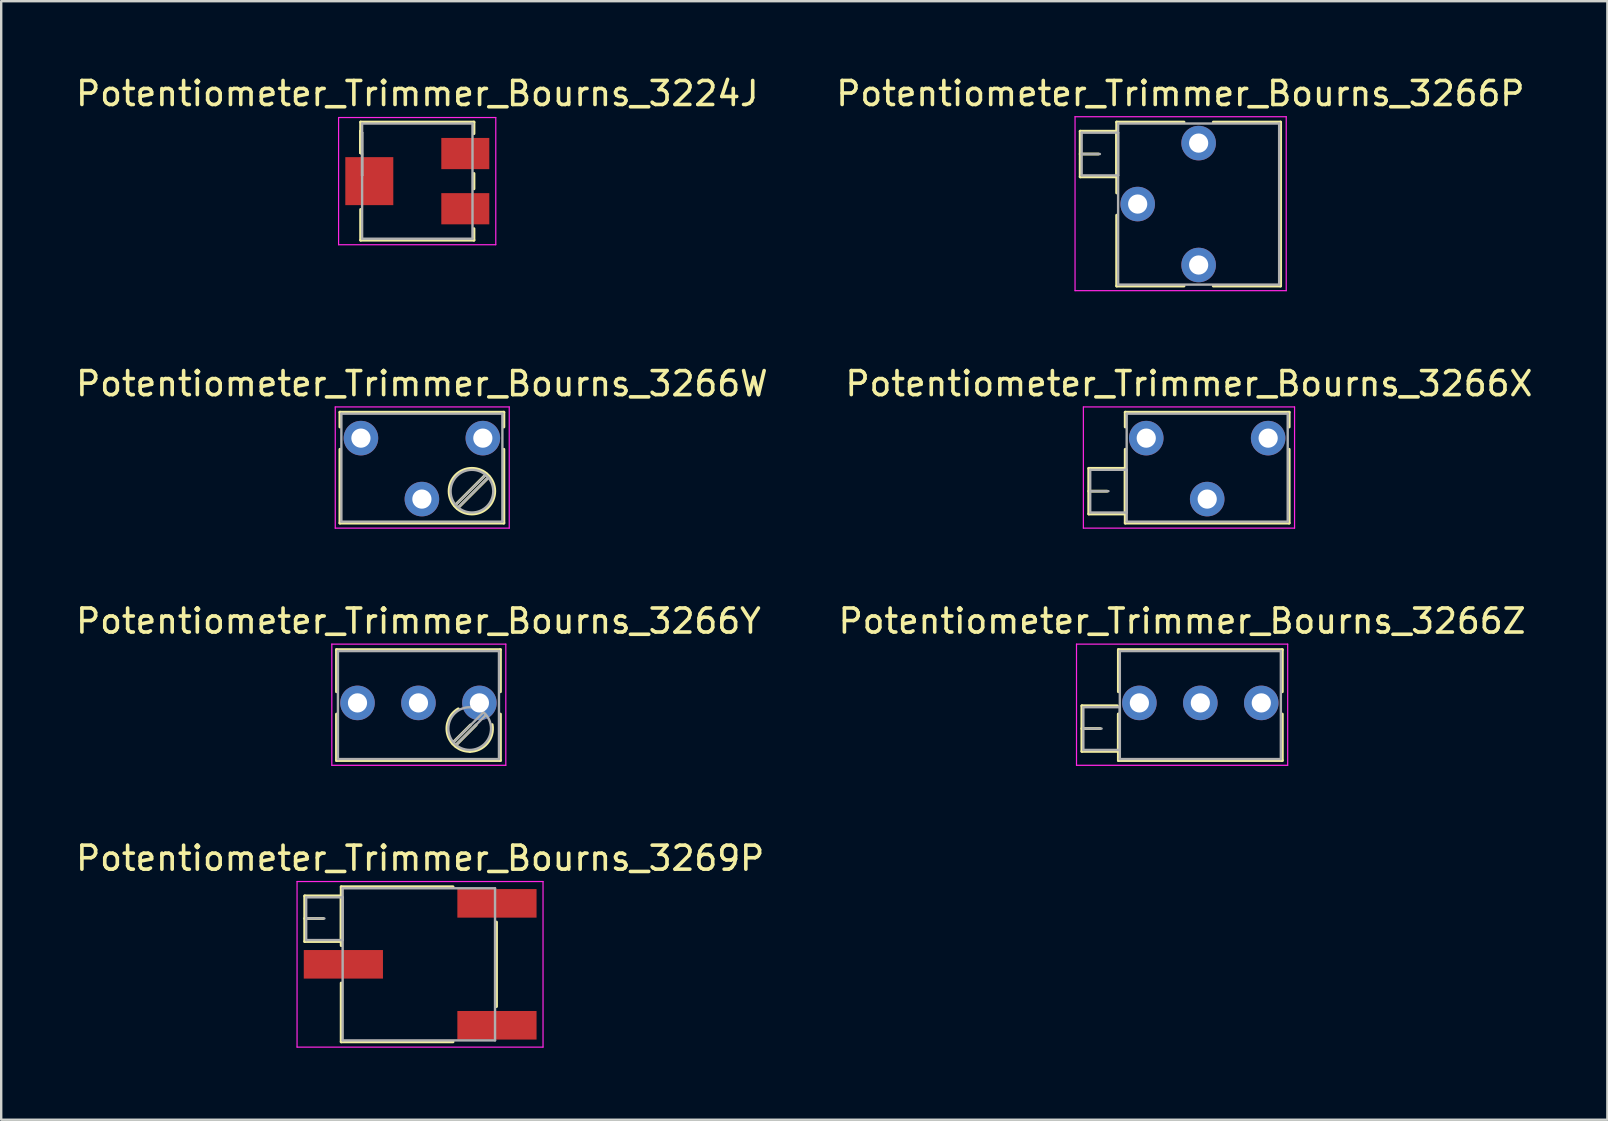
<source format=kicad_pcb>
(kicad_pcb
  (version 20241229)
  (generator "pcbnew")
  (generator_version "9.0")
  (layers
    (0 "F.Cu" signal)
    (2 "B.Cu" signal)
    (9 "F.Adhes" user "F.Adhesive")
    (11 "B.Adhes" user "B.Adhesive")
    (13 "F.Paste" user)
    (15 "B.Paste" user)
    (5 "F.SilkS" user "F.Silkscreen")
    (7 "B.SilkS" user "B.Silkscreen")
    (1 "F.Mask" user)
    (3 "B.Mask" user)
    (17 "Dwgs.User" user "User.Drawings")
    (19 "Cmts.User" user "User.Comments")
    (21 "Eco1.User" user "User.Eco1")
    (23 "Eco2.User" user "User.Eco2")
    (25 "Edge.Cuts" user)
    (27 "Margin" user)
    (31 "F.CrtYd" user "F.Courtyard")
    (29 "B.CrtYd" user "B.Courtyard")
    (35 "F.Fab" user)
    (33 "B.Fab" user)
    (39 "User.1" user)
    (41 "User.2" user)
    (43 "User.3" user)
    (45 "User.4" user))
  (footprint "Potentiometer_Trimmer_Bourns_3224J"
    (layer "F.Cu")
    (at 14.339 4.498)
    (property "Reference" "Potentiometer_Trimmer_Bourns_3224J" (at 0 -3.65 0) (layer "F.SilkS") (effects (font (size 1 1) (thickness 0.15))))
    (attr smd)
    (fp_line (start -2.36 -2.46) (end -2.36 -1.18) (stroke (width 0.12) (type solid)) (layer "F.SilkS"))
    (fp_line (start -2.36 -2.46) (end 2.36 -2.46) (stroke (width 0.12) (type solid)) (layer "F.SilkS"))
    (fp_line (start -2.36 -2.08) (end -2.36 -2.08) (stroke (width 0.12) (type solid)) (layer "F.SilkS"))
    (fp_line (start -2.36 -2.08) (end -2.36 -1.18) (stroke (width 0.12) (type solid)) (layer "F.SilkS"))
    (fp_line (start -2.36 -2.08) (end -2.36 -1.18) (stroke (width 0.12) (type solid)) (layer "F.SilkS"))
    (fp_line (start -2.36 1.18) (end -2.36 2.46) (stroke (width 0.12) (type solid)) (layer "F.SilkS"))
    (fp_line (start -2.36 2.46) (end 2.36 2.46) (stroke (width 0.12) (type solid)) (layer "F.SilkS"))
    (fp_line (start 2.36 -2.46) (end 2.36 -1.98) (stroke (width 0.12) (type solid)) (layer "F.SilkS"))
    (fp_line (start 2.36 -0.32) (end 2.36 0.32) (stroke (width 0.12) (type solid)) (layer "F.SilkS"))
    (fp_line (start 2.36 1.98) (end 2.36 2.46) (stroke (width 0.12) (type solid)) (layer "F.SilkS"))
    (fp_line (start -3.28 -2.65) (end -3.28 2.65) (stroke (width 0.05) (type solid)) (layer "F.CrtYd"))
    (fp_line (start -3.28 2.65) (end 3.27 2.65) (stroke (width 0.05) (type solid)) (layer "F.CrtYd"))
    (fp_line (start 3.27 -2.65) (end -3.28 -2.65) (stroke (width 0.05) (type solid)) (layer "F.CrtYd"))
    (fp_line (start 3.27 2.65) (end 3.27 -2.65) (stroke (width 0.05) (type solid)) (layer "F.CrtYd"))
    (fp_line (start -2.3 -2.4) (end -2.3 2.4) (stroke (width 0.1) (type solid)) (layer "F.Fab"))
    (fp_line (start -2.3 -2.02) (end -2.3 -2.02) (stroke (width 0.1) (type solid)) (layer "F.Fab"))
    (fp_line (start -2.3 -2.02) (end -2.3 -0.24) (stroke (width 0.1) (type solid)) (layer "F.Fab"))
    (fp_line (start -2.3 -1.13) (end -2.3 -1.13) (stroke (width 0.1) (type solid)) (layer "F.Fab"))
    (fp_line (start -2.3 -0.24) (end -2.3 -2.02) (stroke (width 0.1) (type solid)) (layer "F.Fab"))
    (fp_line (start -2.3 -0.24) (end -2.3 -0.24) (stroke (width 0.1) (type solid)) (layer "F.Fab"))
    (fp_line (start -2.3 2.4) (end 2.3 2.4) (stroke (width 0.1) (type solid)) (layer "F.Fab"))
    (fp_line (start 2.3 -2.4) (end -2.3 -2.4) (stroke (width 0.1) (type solid)) (layer "F.Fab"))
    (fp_line (start 2.3 2.4) (end 2.3 -2.4) (stroke (width 0.1) (type solid)) (layer "F.Fab"))
    (pad "1" smd rect (at 2 -1.15) (size 2 1.3) (layers "F.Cu" "F.Mask"))
    (pad "2" smd rect (at -2 0) (size 2 2) (layers "F.Cu" "F.Mask"))
    (pad "3" smd rect (at 2 1.15) (size 2 1.3) (layers "F.Cu" "F.Mask")))
  (footprint "Potentiometer_Trimmer_Bourns_3266W"
    (layer "F.Cu")
    (at 17.07 15.207)
    (property "Reference" "Potentiometer_Trimmer_Bourns_3266W" (at -2.54 -2.27 0) (layer "F.SilkS") (effects (font (size 1 1) (thickness 0.15))))
    (attr through_hole)
    (fp_line (start -5.955 -1.08) (end -5.955 -0.465) (stroke (width 0.12) (type solid)) (layer "F.SilkS"))
    (fp_line (start -5.955 -1.08) (end 0.875 -1.08) (stroke (width 0.12) (type solid)) (layer "F.SilkS"))
    (fp_line (start -5.955 0.465) (end -5.955 3.54) (stroke (width 0.12) (type solid)) (layer "F.SilkS"))
    (fp_line (start -5.955 3.54) (end 0.875 3.54) (stroke (width 0.12) (type solid)) (layer "F.SilkS"))
    (fp_line (start 0.15 1.49) (end -1.175 2.815) (stroke (width 0.12) (type solid)) (layer "F.SilkS"))
    (fp_line (start 0.266 1.606) (end -1.059 2.931) (stroke (width 0.12) (type solid)) (layer "F.SilkS"))
    (fp_line (start 0.875 -1.08) (end 0.875 -0.465) (stroke (width 0.12) (type solid)) (layer "F.SilkS"))
    (fp_line (start 0.875 0.465) (end 0.875 3.54) (stroke (width 0.12) (type solid)) (layer "F.SilkS"))
    (fp_circle (center -0.455 2.21) (end 0.495 2.21) (stroke (width 0.12) (type solid)) (fill no) (layer "F.SilkS"))
    (fp_line (start -6.15 -1.3) (end -6.15 3.75) (stroke (width 0.05) (type solid)) (layer "F.CrtYd"))
    (fp_line (start -6.15 3.75) (end 1.1 3.75) (stroke (width 0.05) (type solid)) (layer "F.CrtYd"))
    (fp_line (start 1.1 -1.3) (end -6.15 -1.3) (stroke (width 0.05) (type solid)) (layer "F.CrtYd"))
    (fp_line (start 1.1 3.75) (end 1.1 -1.3) (stroke (width 0.05) (type solid)) (layer "F.CrtYd"))
    (fp_line (start -5.895 -1.02) (end -5.895 3.48) (stroke (width 0.1) (type solid)) (layer "F.Fab"))
    (fp_line (start -5.895 3.48) (end 0.815 3.48) (stroke (width 0.1) (type solid)) (layer "F.Fab"))
    (fp_line (start 0.112 1.536) (end -1.13 2.777) (stroke (width 0.1) (type solid)) (layer "F.Fab"))
    (fp_line (start 0.22 1.644) (end -1.021 2.885) (stroke (width 0.1) (type solid)) (layer "F.Fab"))
    (fp_line (start 0.815 -1.02) (end -5.895 -1.02) (stroke (width 0.1) (type solid)) (layer "F.Fab"))
    (fp_line (start 0.815 3.48) (end 0.815 -1.02) (stroke (width 0.1) (type solid)) (layer "F.Fab"))
    (fp_circle (center -0.455 2.21) (end 0.435 2.21) (stroke (width 0.1) (type solid)) (fill no) (layer "F.Fab"))
    (pad "1" thru_hole circle (at 0 0) (size 1.44 1.44) (drill 0.8) (layers "*.Cu" "*.Mask"))
    (pad "2" thru_hole circle (at -2.54 2.54) (size 1.44 1.44) (drill 0.8) (layers "*.Cu" "*.Mask"))
    (pad "3" thru_hole circle (at -5.08 0) (size 1.44 1.44) (drill 0.8) (layers "*.Cu" "*.Mask")))
  (footprint "Potentiometer_Trimmer_Bourns_3266P"
    (layer "F.Cu")
    (at 46.897 2.913)
    (property "Reference" "Potentiometer_Trimmer_Bourns_3266P" (at -0.76 -2.065 0) (layer "F.SilkS") (effects (font (size 1 1) (thickness 0.15))))
    (attr through_hole)
    (fp_line (start -4.935 -0.495) (end -4.935 1.405) (stroke (width 0.12) (type solid)) (layer "F.SilkS"))
    (fp_line (start -4.935 -0.495) (end -3.416 -0.495) (stroke (width 0.12) (type solid)) (layer "F.SilkS"))
    (fp_line (start -4.935 0.455) (end -4.175 0.455) (stroke (width 0.12) (type solid)) (layer "F.SilkS"))
    (fp_line (start -4.935 1.405) (end -3.416 1.405) (stroke (width 0.12) (type solid)) (layer "F.SilkS"))
    (fp_line (start -3.416 -0.495) (end -3.416 1.405) (stroke (width 0.12) (type solid)) (layer "F.SilkS"))
    (fp_line (start -3.415 -0.875) (end -3.415 2.075) (stroke (width 0.12) (type solid)) (layer "F.SilkS"))
    (fp_line (start -3.415 -0.875) (end -0.61 -0.875) (stroke (width 0.12) (type solid)) (layer "F.SilkS"))
    (fp_line (start -3.415 3.005) (end -3.415 5.955) (stroke (width 0.12) (type solid)) (layer "F.SilkS"))
    (fp_line (start -3.415 5.955) (end -0.61 5.955) (stroke (width 0.12) (type solid)) (layer "F.SilkS"))
    (fp_line (start 0.611 -0.875) (end 3.415 -0.875) (stroke (width 0.12) (type solid)) (layer "F.SilkS"))
    (fp_line (start 0.611 5.955) (end 3.415 5.955) (stroke (width 0.12) (type solid)) (layer "F.SilkS"))
    (fp_line (start 3.415 -0.875) (end 3.415 5.955) (stroke (width 0.12) (type solid)) (layer "F.SilkS"))
    (fp_line (start -5.15 -1.1) (end -5.15 6.15) (stroke (width 0.05) (type solid)) (layer "F.CrtYd"))
    (fp_line (start -5.15 6.15) (end 3.65 6.15) (stroke (width 0.05) (type solid)) (layer "F.CrtYd"))
    (fp_line (start 3.65 -1.1) (end -5.15 -1.1) (stroke (width 0.05) (type solid)) (layer "F.CrtYd"))
    (fp_line (start 3.65 6.15) (end 3.65 -1.1) (stroke (width 0.05) (type solid)) (layer "F.CrtYd"))
    (fp_line (start -4.875 -0.435) (end -4.875 1.345) (stroke (width 0.1) (type solid)) (layer "F.Fab"))
    (fp_line (start -4.875 0.455) (end -4.115 0.455) (stroke (width 0.1) (type solid)) (layer "F.Fab"))
    (fp_line (start -4.875 1.345) (end -3.355 1.345) (stroke (width 0.1) (type solid)) (layer "F.Fab"))
    (fp_line (start -3.355 -0.815) (end -3.355 5.895) (stroke (width 0.1) (type solid)) (layer "F.Fab"))
    (fp_line (start -3.355 -0.435) (end -4.875 -0.435) (stroke (width 0.1) (type solid)) (layer "F.Fab"))
    (fp_line (start -3.355 1.345) (end -3.355 -0.435) (stroke (width 0.1) (type solid)) (layer "F.Fab"))
    (fp_line (start -3.355 5.895) (end 3.355 5.895) (stroke (width 0.1) (type solid)) (layer "F.Fab"))
    (fp_line (start 3.355 -0.815) (end -3.355 -0.815) (stroke (width 0.1) (type solid)) (layer "F.Fab"))
    (fp_line (start 3.355 5.895) (end 3.355 -0.815) (stroke (width 0.1) (type solid)) (layer "F.Fab"))
    (pad "1" thru_hole circle (at 0 0) (size 1.44 1.44) (drill 0.8) (layers "*.Cu" "*.Mask"))
    (pad "2" thru_hole circle (at -2.54 2.54) (size 1.44 1.44) (drill 0.8) (layers "*.Cu" "*.Mask"))
    (pad "3" thru_hole circle (at 0 5.08) (size 1.44 1.44) (drill 0.8) (layers "*.Cu" "*.Mask")))
  (footprint "Potentiometer_Trimmer_Bourns_3266X"
    (layer "F.Cu")
    (at 49.794 15.207)
    (property "Reference" "Potentiometer_Trimmer_Bourns_3266X" (at -3.3 -2.27 0) (layer "F.SilkS") (effects (font (size 1 1) (thickness 0.15))))
    (attr through_hole)
    (fp_line (start -7.475 1.26) (end -7.475 3.16) (stroke (width 0.12) (type solid)) (layer "F.SilkS"))
    (fp_line (start -7.475 1.26) (end -5.956 1.26) (stroke (width 0.12) (type solid)) (layer "F.SilkS"))
    (fp_line (start -7.475 2.21) (end -6.715 2.21) (stroke (width 0.12) (type solid)) (layer "F.SilkS"))
    (fp_line (start -7.475 3.16) (end -5.956 3.16) (stroke (width 0.12) (type solid)) (layer "F.SilkS"))
    (fp_line (start -5.956 1.26) (end -5.956 3.16) (stroke (width 0.12) (type solid)) (layer "F.SilkS"))
    (fp_line (start -5.955 -1.08) (end -5.955 -0.465) (stroke (width 0.12) (type solid)) (layer "F.SilkS"))
    (fp_line (start -5.955 -1.08) (end 0.875 -1.08) (stroke (width 0.12) (type solid)) (layer "F.SilkS"))
    (fp_line (start -5.955 0.465) (end -5.955 3.54) (stroke (width 0.12) (type solid)) (layer "F.SilkS"))
    (fp_line (start -5.955 3.54) (end 0.875 3.54) (stroke (width 0.12) (type solid)) (layer "F.SilkS"))
    (fp_line (start 0.875 -1.08) (end 0.875 -0.465) (stroke (width 0.12) (type solid)) (layer "F.SilkS"))
    (fp_line (start 0.875 0.465) (end 0.875 3.54) (stroke (width 0.12) (type solid)) (layer "F.SilkS"))
    (fp_line (start -7.7 -1.3) (end -7.7 3.75) (stroke (width 0.05) (type solid)) (layer "F.CrtYd"))
    (fp_line (start -7.7 3.75) (end 1.1 3.75) (stroke (width 0.05) (type solid)) (layer "F.CrtYd"))
    (fp_line (start 1.1 -1.3) (end -7.7 -1.3) (stroke (width 0.05) (type solid)) (layer "F.CrtYd"))
    (fp_line (start 1.1 3.75) (end 1.1 -1.3) (stroke (width 0.05) (type solid)) (layer "F.CrtYd"))
    (fp_line (start -7.415 1.32) (end -7.415 3.1) (stroke (width 0.1) (type solid)) (layer "F.Fab"))
    (fp_line (start -7.415 2.21) (end -6.655 2.21) (stroke (width 0.1) (type solid)) (layer "F.Fab"))
    (fp_line (start -7.415 3.1) (end -5.895 3.1) (stroke (width 0.1) (type solid)) (layer "F.Fab"))
    (fp_line (start -5.895 -1.02) (end -5.895 3.48) (stroke (width 0.1) (type solid)) (layer "F.Fab"))
    (fp_line (start -5.895 1.32) (end -7.415 1.32) (stroke (width 0.1) (type solid)) (layer "F.Fab"))
    (fp_line (start -5.895 3.1) (end -5.895 1.32) (stroke (width 0.1) (type solid)) (layer "F.Fab"))
    (fp_line (start -5.895 3.48) (end 0.815 3.48) (stroke (width 0.1) (type solid)) (layer "F.Fab"))
    (fp_line (start 0.815 -1.02) (end -5.895 -1.02) (stroke (width 0.1) (type solid)) (layer "F.Fab"))
    (fp_line (start 0.815 3.48) (end 0.815 -1.02) (stroke (width 0.1) (type solid)) (layer "F.Fab"))
    (pad "1" thru_hole circle (at 0 0) (size 1.44 1.44) (drill 0.8) (layers "*.Cu" "*.Mask"))
    (pad "2" thru_hole circle (at -2.54 2.54) (size 1.44 1.44) (drill 0.8) (layers "*.Cu" "*.Mask"))
    (pad "3" thru_hole circle (at -5.08 0) (size 1.44 1.44) (drill 0.8) (layers "*.Cu" "*.Mask")))
  (footprint "Potentiometer_Trimmer_Bourns_3266Y"
    (layer "F.Cu")
    (at 16.927 26.24)
    (property "Reference" "Potentiometer_Trimmer_Bourns_3266Y" (at -2.54 -3.41 0) (layer "F.SilkS") (effects (font (size 1 1) (thickness 0.15))))
    (attr through_hole)
    (fp_line (start -5.955 -2.22) (end -5.955 -0.465) (stroke (width 0.12) (type solid)) (layer "F.SilkS"))
    (fp_line (start -5.955 -2.22) (end 0.875 -2.22) (stroke (width 0.12) (type solid)) (layer "F.SilkS"))
    (fp_line (start -5.955 0.466) (end -5.955 2.4) (stroke (width 0.12) (type solid)) (layer "F.SilkS"))
    (fp_line (start -5.955 2.4) (end 0.875 2.4) (stroke (width 0.12) (type solid)) (layer "F.SilkS"))
    (fp_line (start -0.37 0.92) (end -1.125 1.675) (stroke (width 0.12) (type solid)) (layer "F.SilkS"))
    (fp_line (start -0.135 0.916) (end -1.009 1.791) (stroke (width 0.12) (type solid)) (layer "F.SilkS"))
    (fp_line (start 0.875 -2.22) (end 0.875 -0.465) (stroke (width 0.12) (type solid)) (layer "F.SilkS"))
    (fp_line (start 0.875 0.466) (end 0.875 2.4) (stroke (width 0.12) (type solid)) (layer "F.SilkS"))
    (fp_arc (start -0.388944 2.018737) (mid -1.319497 1.323089) (end -0.879 0.248) (stroke (width 0.12) (type solid)) (layer "F.SilkS"))
    (fp_arc (start 0.530567 0.905034) (mid 0.322742 1.680648) (end -0.405 2.02) (stroke (width 0.12) (type solid)) (layer "F.SilkS"))
    (fp_line (start -6.15 -2.45) (end -6.15 2.6) (stroke (width 0.05) (type solid)) (layer "F.CrtYd"))
    (fp_line (start -6.15 2.6) (end 1.1 2.6) (stroke (width 0.05) (type solid)) (layer "F.CrtYd"))
    (fp_line (start 1.1 -2.45) (end -6.15 -2.45) (stroke (width 0.05) (type solid)) (layer "F.CrtYd"))
    (fp_line (start 1.1 2.6) (end 1.1 -2.45) (stroke (width 0.05) (type solid)) (layer "F.CrtYd"))
    (fp_line (start -5.895 -2.16) (end -5.895 2.34) (stroke (width 0.1) (type solid)) (layer "F.Fab"))
    (fp_line (start -5.895 2.34) (end 0.815 2.34) (stroke (width 0.1) (type solid)) (layer "F.Fab"))
    (fp_line (start 0.162 0.396) (end -1.08 1.637) (stroke (width 0.1) (type solid)) (layer "F.Fab"))
    (fp_line (start 0.27 0.504) (end -0.971 1.745) (stroke (width 0.1) (type solid)) (layer "F.Fab"))
    (fp_line (start 0.815 -2.16) (end -5.895 -2.16) (stroke (width 0.1) (type solid)) (layer "F.Fab"))
    (fp_line (start 0.815 2.34) (end 0.815 -2.16) (stroke (width 0.1) (type solid)) (layer "F.Fab"))
    (fp_circle (center -0.405 1.07) (end 0.485 1.07) (stroke (width 0.1) (type solid)) (fill no) (layer "F.Fab"))
    (pad "1" thru_hole circle (at 0 0) (size 1.44 1.44) (drill 0.8) (layers "*.Cu" "*.Mask"))
    (pad "2" thru_hole circle (at -2.54 0) (size 1.44 1.44) (drill 0.8) (layers "*.Cu" "*.Mask"))
    (pad "3" thru_hole circle (at -5.08 0) (size 1.44 1.44) (drill 0.8) (layers "*.Cu" "*.Mask")))
  (footprint "Potentiometer_Trimmer_Bourns_3266Z"
    (layer "F.Cu")
    (at 49.508 26.24)
    (property "Reference" "Potentiometer_Trimmer_Bourns_3266Z" (at -3.3 -3.41 0) (layer "F.SilkS") (effects (font (size 1 1) (thickness 0.15))))
    (attr through_hole)
    (fp_line (start -7.475 0.12) (end -7.475 2.02) (stroke (width 0.12) (type solid)) (layer "F.SilkS"))
    (fp_line (start -7.475 0.12) (end -5.996 0.12) (stroke (width 0.12) (type solid)) (layer "F.SilkS"))
    (fp_line (start -7.475 1.07) (end -6.715 1.07) (stroke (width 0.12) (type solid)) (layer "F.SilkS"))
    (fp_line (start -7.475 2.02) (end -5.956 2.02) (stroke (width 0.12) (type solid)) (layer "F.SilkS"))
    (fp_line (start -5.956 0.466) (end -5.956 2.02) (stroke (width 0.12) (type solid)) (layer "F.SilkS"))
    (fp_line (start -5.955 -2.22) (end -5.955 -0.465) (stroke (width 0.12) (type solid)) (layer "F.SilkS"))
    (fp_line (start -5.955 -2.22) (end 0.875 -2.22) (stroke (width 0.12) (type solid)) (layer "F.SilkS"))
    (fp_line (start -5.955 0.466) (end -5.955 2.4) (stroke (width 0.12) (type solid)) (layer "F.SilkS"))
    (fp_line (start -5.955 2.4) (end 0.875 2.4) (stroke (width 0.12) (type solid)) (layer "F.SilkS"))
    (fp_line (start 0.875 -2.22) (end 0.875 -0.465) (stroke (width 0.12) (type solid)) (layer "F.SilkS"))
    (fp_line (start 0.875 0.466) (end 0.875 2.4) (stroke (width 0.12) (type solid)) (layer "F.SilkS"))
    (fp_line (start -7.7 -2.45) (end -7.7 2.6) (stroke (width 0.05) (type solid)) (layer "F.CrtYd"))
    (fp_line (start -7.7 2.6) (end 1.1 2.6) (stroke (width 0.05) (type solid)) (layer "F.CrtYd"))
    (fp_line (start 1.1 -2.45) (end -7.7 -2.45) (stroke (width 0.05) (type solid)) (layer "F.CrtYd"))
    (fp_line (start 1.1 2.6) (end 1.1 -2.45) (stroke (width 0.05) (type solid)) (layer "F.CrtYd"))
    (fp_line (start -7.415 0.18) (end -7.415 1.96) (stroke (width 0.1) (type solid)) (layer "F.Fab"))
    (fp_line (start -7.415 1.07) (end -6.655 1.07) (stroke (width 0.1) (type solid)) (layer "F.Fab"))
    (fp_line (start -7.415 1.96) (end -5.895 1.96) (stroke (width 0.1) (type solid)) (layer "F.Fab"))
    (fp_line (start -5.895 -2.16) (end -5.895 2.34) (stroke (width 0.1) (type solid)) (layer "F.Fab"))
    (fp_line (start -5.895 0.18) (end -7.415 0.18) (stroke (width 0.1) (type solid)) (layer "F.Fab"))
    (fp_line (start -5.895 1.96) (end -5.895 0.18) (stroke (width 0.1) (type solid)) (layer "F.Fab"))
    (fp_line (start -5.895 2.34) (end 0.815 2.34) (stroke (width 0.1) (type solid)) (layer "F.Fab"))
    (fp_line (start 0.815 -2.16) (end -5.895 -2.16) (stroke (width 0.1) (type solid)) (layer "F.Fab"))
    (fp_line (start 0.815 2.34) (end 0.815 -2.16) (stroke (width 0.1) (type solid)) (layer "F.Fab"))
    (pad "1" thru_hole circle (at 0 0) (size 1.44 1.44) (drill 0.8) (layers "*.Cu" "*.Mask"))
    (pad "2" thru_hole circle (at -2.54 0) (size 1.44 1.44) (drill 0.8) (layers "*.Cu" "*.Mask"))
    (pad "3" thru_hole circle (at -5.08 0) (size 1.44 1.44) (drill 0.8) (layers "*.Cu" "*.Mask")))
  (footprint "Potentiometer_Trimmer_Bourns_3269P"
    (layer "F.Cu")
    (at 14.458 37.133)
    (property "Reference" "Potentiometer_Trimmer_Bourns_3269P" (at 0 -4.42 0) (layer "F.SilkS") (effects (font (size 1 1) (thickness 0.15))))
    (attr smd)
    (fp_line (start -4.81 -2.85) (end -4.81 -0.95) (stroke (width 0.12) (type solid)) (layer "F.SilkS"))
    (fp_line (start -4.81 -2.85) (end -3.29 -2.85) (stroke (width 0.12) (type solid)) (layer "F.SilkS"))
    (fp_line (start -4.81 -1.91) (end -4.04 -1.91) (stroke (width 0.12) (type solid)) (layer "F.SilkS"))
    (fp_line (start -4.81 -0.95) (end -3.29 -0.95) (stroke (width 0.12) (type solid)) (layer "F.SilkS"))
    (fp_line (start -3.29 -3.23) (end -3.29 -0.78) (stroke (width 0.12) (type solid)) (layer "F.SilkS"))
    (fp_line (start -3.29 -3.23) (end 1.37 -3.23) (stroke (width 0.12) (type solid)) (layer "F.SilkS"))
    (fp_line (start -3.29 -2.85) (end -3.29 -0.95) (stroke (width 0.12) (type solid)) (layer "F.SilkS"))
    (fp_line (start -3.29 0.78) (end -3.29 3.23) (stroke (width 0.12) (type solid)) (layer "F.SilkS"))
    (fp_line (start -3.29 3.23) (end 1.37 3.23) (stroke (width 0.12) (type solid)) (layer "F.SilkS"))
    (fp_line (start 3.18 -1.76) (end 3.18 1.76) (stroke (width 0.12) (type solid)) (layer "F.SilkS"))
    (fp_line (start -5.13 -3.45) (end -5.13 3.45) (stroke (width 0.05) (type solid)) (layer "F.CrtYd"))
    (fp_line (start -5.13 3.45) (end 5.12 3.45) (stroke (width 0.05) (type solid)) (layer "F.CrtYd"))
    (fp_line (start 5.12 -3.45) (end -5.13 -3.45) (stroke (width 0.05) (type solid)) (layer "F.CrtYd"))
    (fp_line (start 5.12 3.45) (end 5.12 -3.45) (stroke (width 0.05) (type solid)) (layer "F.CrtYd"))
    (fp_line (start -4.75 -2.79) (end -4.75 -1.01) (stroke (width 0.1) (type solid)) (layer "F.Fab"))
    (fp_line (start -4.75 -1.91) (end -3.99 -1.91) (stroke (width 0.1) (type solid)) (layer "F.Fab"))
    (fp_line (start -4.75 -1.01) (end -3.23 -1.01) (stroke (width 0.1) (type solid)) (layer "F.Fab"))
    (fp_line (start -3.23 -3.17) (end -3.23 3.17) (stroke (width 0.1) (type solid)) (layer "F.Fab"))
    (fp_line (start -3.23 -2.79) (end -4.75 -2.79) (stroke (width 0.1) (type solid)) (layer "F.Fab"))
    (fp_line (start -3.23 -1.01) (end -3.23 -2.79) (stroke (width 0.1) (type solid)) (layer "F.Fab"))
    (fp_line (start -3.23 3.17) (end 3.12 3.17) (stroke (width 0.1) (type solid)) (layer "F.Fab"))
    (fp_line (start 3.12 -3.17) (end -3.23 -3.17) (stroke (width 0.1) (type solid)) (layer "F.Fab"))
    (fp_line (start 3.12 3.17) (end 3.12 -3.17) (stroke (width 0.1) (type solid)) (layer "F.Fab"))
    (pad "1" smd rect (at 3.2 -2.54) (size 3.3 1.19) (layers "F.Cu" "F.Mask"))
    (pad "2" smd rect (at -3.2 0) (size 3.3 1.19) (layers "F.Cu" "F.Mask"))
    (pad "3" smd rect (at 3.2 2.54) (size 3.3 1.19) (layers "F.Cu" "F.Mask")))
  (gr_rect
    (start -3 -3)
    (end 63.929 43.608)
    (stroke (width 0.1) (type default))
    (fill no)
    (layer "Edge.Cuts")))
</source>
